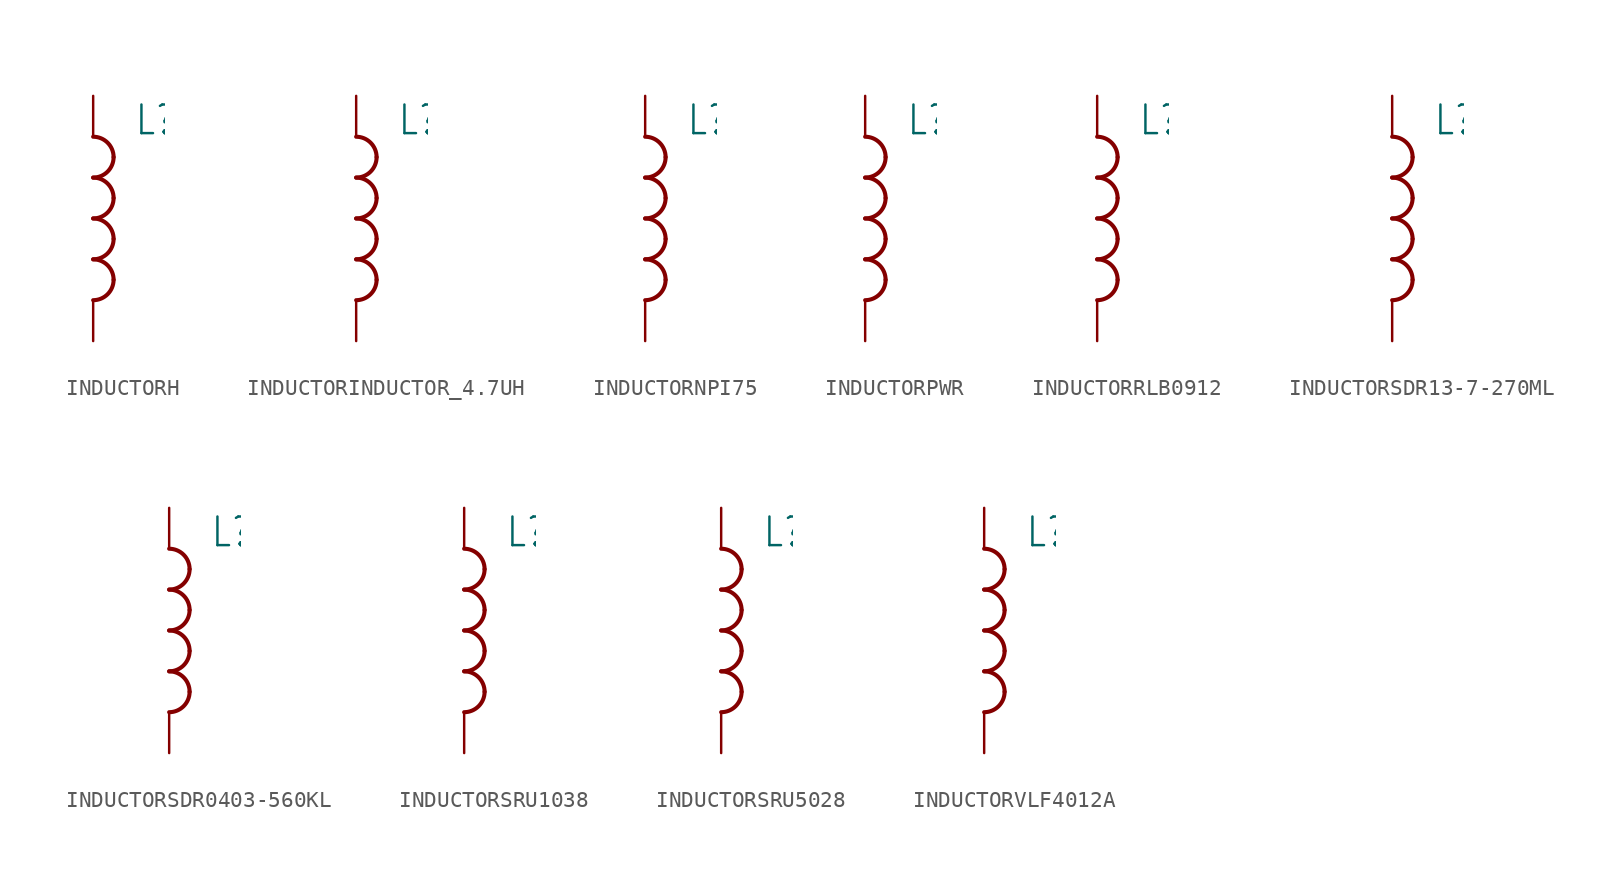
<source format=kicad_sym>
(kicad_symbol_lib
  (version 20220914)
  (generator kicad_symbol_editor)
  (symbol "INDUCTORH"
    (property "Reference" "L"
      (at 2.54 5.08 0)
      (effects (font (size 1.778 1.511)) (justify left bottom)))
    (property "Value" ""
      (at 2.54 -5.08 0)
      (effects (font (size 1.778 1.511)) (justify left bottom)))
    (property "ki_locked" ""
      (at 0 0 0)
      (effects (font (size 1.27 1.27))))
    (symbol "INDUCTORH_1_0"
      (arc (start 0 -5.08) (mid 0.898 -4.708) (end 1.27 -3.81) (stroke (width 0.254) (type solid)) (fill (type none)))
      (arc (start 0 -2.54) (mid 0.898 -2.168) (end 1.27 -1.27) (stroke (width 0.254) (type solid)) (fill (type none)))
      (arc (start 0 0) (mid 0.898 0.372) (end 1.27 1.27) (stroke (width 0.254) (type solid)) (fill (type none)))
      (arc (start 0 2.54) (mid 0.898 2.912) (end 1.27 3.81) (stroke (width 0.254) (type solid)) (fill (type none)))
      (arc (start 1.27 -3.81) (mid 0.898 -2.912) (end 0 -2.54) (stroke (width 0.254) (type solid)) (fill (type none)))
      (arc (start 1.27 -1.27) (mid 0.898 -0.372) (end 0 0) (stroke (width 0.254) (type solid)) (fill (type none)))
      (arc (start 1.27 1.27) (mid 0.898 2.168) (end 0 2.54) (stroke (width 0.254) (type solid)) (fill (type none)))
      (arc (start 1.27 3.81) (mid 0.898 4.708) (end 0 5.08) (stroke (width 0.254) (type solid)) (fill (type none)))
      (pin passive line (at 0 7.62 270) (length 2.54) (name "1" (effects (font (size 0 0)))) (number "P$1" (effects (font (size 0 0)))))
      (pin passive line (at 0 -7.62 90) (length 2.54) (name "2" (effects (font (size 0 0)))) (number "P$2" (effects (font (size 0 0)))))))
  (symbol "INDUCTORINDUCTOR_4.7UH"
    (property "Reference" "L"
      (at 2.54 5.08 0)
      (effects (font (size 1.778 1.511)) (justify left bottom)))
    (property "Value" ""
      (at 2.54 -5.08 0)
      (effects (font (size 1.778 1.511)) (justify left bottom)))
    (property "ki_locked" ""
      (at 0 0 0)
      (effects (font (size 1.27 1.27))))
    (symbol "INDUCTORINDUCTOR_4.7UH_1_0"
      (arc (start 0 -5.08) (mid 0.898 -4.708) (end 1.27 -3.81) (stroke (width 0.254) (type solid)) (fill (type none)))
      (arc (start 0 -2.54) (mid 0.898 -2.168) (end 1.27 -1.27) (stroke (width 0.254) (type solid)) (fill (type none)))
      (arc (start 0 0) (mid 0.898 0.372) (end 1.27 1.27) (stroke (width 0.254) (type solid)) (fill (type none)))
      (arc (start 0 2.54) (mid 0.898 2.912) (end 1.27 3.81) (stroke (width 0.254) (type solid)) (fill (type none)))
      (arc (start 1.27 -3.81) (mid 0.898 -2.912) (end 0 -2.54) (stroke (width 0.254) (type solid)) (fill (type none)))
      (arc (start 1.27 -1.27) (mid 0.898 -0.372) (end 0 0) (stroke (width 0.254) (type solid)) (fill (type none)))
      (arc (start 1.27 1.27) (mid 0.898 2.168) (end 0 2.54) (stroke (width 0.254) (type solid)) (fill (type none)))
      (arc (start 1.27 3.81) (mid 0.898 4.708) (end 0 5.08) (stroke (width 0.254) (type solid)) (fill (type none)))
      (pin passive line (at 0 7.62 270) (length 2.54) (name "1" (effects (font (size 0 0)))) (number "P$1" (effects (font (size 0 0)))))
      (pin passive line (at 0 -7.62 90) (length 2.54) (name "2" (effects (font (size 0 0)))) (number "P$2" (effects (font (size 0 0)))))))
  (symbol "INDUCTORNPI75"
    (property "Reference" "L"
      (at 2.54 5.08 0)
      (effects (font (size 1.778 1.511)) (justify left bottom)))
    (property "Value" ""
      (at 2.54 -5.08 0)
      (effects (font (size 1.778 1.511)) (justify left bottom)))
    (property "ki_locked" ""
      (at 0 0 0)
      (effects (font (size 1.27 1.27))))
    (symbol "INDUCTORNPI75_1_0"
      (arc (start 0 -5.08) (mid 0.898 -4.708) (end 1.27 -3.81) (stroke (width 0.254) (type solid)) (fill (type none)))
      (arc (start 0 -2.54) (mid 0.898 -2.168) (end 1.27 -1.27) (stroke (width 0.254) (type solid)) (fill (type none)))
      (arc (start 0 0) (mid 0.898 0.372) (end 1.27 1.27) (stroke (width 0.254) (type solid)) (fill (type none)))
      (arc (start 0 2.54) (mid 0.898 2.912) (end 1.27 3.81) (stroke (width 0.254) (type solid)) (fill (type none)))
      (arc (start 1.27 -3.81) (mid 0.898 -2.912) (end 0 -2.54) (stroke (width 0.254) (type solid)) (fill (type none)))
      (arc (start 1.27 -1.27) (mid 0.898 -0.372) (end 0 0) (stroke (width 0.254) (type solid)) (fill (type none)))
      (arc (start 1.27 1.27) (mid 0.898 2.168) (end 0 2.54) (stroke (width 0.254) (type solid)) (fill (type none)))
      (arc (start 1.27 3.81) (mid 0.898 4.708) (end 0 5.08) (stroke (width 0.254) (type solid)) (fill (type none)))
      (pin passive line (at 0 7.62 270) (length 2.54) (name "1" (effects (font (size 0 0)))) (number "1" (effects (font (size 0 0)))))
      (pin passive line (at 0 -7.62 90) (length 2.54) (name "2" (effects (font (size 0 0)))) (number "2" (effects (font (size 0 0)))))))
  (symbol "INDUCTORPWR"
    (property "Reference" "L"
      (at 2.54 5.08 0)
      (effects (font (size 1.778 1.511)) (justify left bottom)))
    (property "Value" ""
      (at 2.54 -5.08 0)
      (effects (font (size 1.778 1.511)) (justify left bottom)))
    (property "ki_locked" ""
      (at 0 0 0)
      (effects (font (size 1.27 1.27))))
    (symbol "INDUCTORPWR_1_0"
      (arc (start 0 -5.08) (mid 0.898 -4.708) (end 1.27 -3.81) (stroke (width 0.254) (type solid)) (fill (type none)))
      (arc (start 0 -2.54) (mid 0.898 -2.168) (end 1.27 -1.27) (stroke (width 0.254) (type solid)) (fill (type none)))
      (arc (start 0 0) (mid 0.898 0.372) (end 1.27 1.27) (stroke (width 0.254) (type solid)) (fill (type none)))
      (arc (start 0 2.54) (mid 0.898 2.912) (end 1.27 3.81) (stroke (width 0.254) (type solid)) (fill (type none)))
      (arc (start 1.27 -3.81) (mid 0.898 -2.912) (end 0 -2.54) (stroke (width 0.254) (type solid)) (fill (type none)))
      (arc (start 1.27 -1.27) (mid 0.898 -0.372) (end 0 0) (stroke (width 0.254) (type solid)) (fill (type none)))
      (arc (start 1.27 1.27) (mid 0.898 2.168) (end 0 2.54) (stroke (width 0.254) (type solid)) (fill (type none)))
      (arc (start 1.27 3.81) (mid 0.898 4.708) (end 0 5.08) (stroke (width 0.254) (type solid)) (fill (type none)))
      (pin passive line (at 0 7.62 270) (length 2.54) (name "1" (effects (font (size 0 0)))) (number "1" (effects (font (size 0 0)))))
      (pin passive line (at 0 -7.62 90) (length 2.54) (name "2" (effects (font (size 0 0)))) (number "2" (effects (font (size 0 0)))))))
  (symbol "INDUCTORRLB0912"
    (property "Reference" "L"
      (at 2.54 5.08 0)
      (effects (font (size 1.778 1.511)) (justify left bottom)))
    (property "Value" ""
      (at 2.54 -5.08 0)
      (effects (font (size 1.778 1.511)) (justify left bottom)))
    (property "ki_locked" ""
      (at 0 0 0)
      (effects (font (size 1.27 1.27))))
    (symbol "INDUCTORRLB0912_1_0"
      (arc (start 0 -5.08) (mid 0.898 -4.708) (end 1.27 -3.81) (stroke (width 0.254) (type solid)) (fill (type none)))
      (arc (start 0 -2.54) (mid 0.898 -2.168) (end 1.27 -1.27) (stroke (width 0.254) (type solid)) (fill (type none)))
      (arc (start 0 0) (mid 0.898 0.372) (end 1.27 1.27) (stroke (width 0.254) (type solid)) (fill (type none)))
      (arc (start 0 2.54) (mid 0.898 2.912) (end 1.27 3.81) (stroke (width 0.254) (type solid)) (fill (type none)))
      (arc (start 1.27 -3.81) (mid 0.898 -2.912) (end 0 -2.54) (stroke (width 0.254) (type solid)) (fill (type none)))
      (arc (start 1.27 -1.27) (mid 0.898 -0.372) (end 0 0) (stroke (width 0.254) (type solid)) (fill (type none)))
      (arc (start 1.27 1.27) (mid 0.898 2.168) (end 0 2.54) (stroke (width 0.254) (type solid)) (fill (type none)))
      (arc (start 1.27 3.81) (mid 0.898 4.708) (end 0 5.08) (stroke (width 0.254) (type solid)) (fill (type none)))
      (pin passive line (at 0 7.62 270) (length 2.54) (name "1" (effects (font (size 0 0)))) (number "1" (effects (font (size 0 0)))))
      (pin passive line (at 0 -7.62 90) (length 2.54) (name "2" (effects (font (size 0 0)))) (number "2" (effects (font (size 0 0)))))))
  (symbol "INDUCTORSDR13-7-270ML"
    (property "Reference" "L"
      (at 2.54 5.08 0)
      (effects (font (size 1.778 1.511)) (justify left bottom)))
    (property "Value" ""
      (at 2.54 -5.08 0)
      (effects (font (size 1.778 1.511)) (justify left bottom)))
    (property "ki_locked" ""
      (at 0 0 0)
      (effects (font (size 1.27 1.27))))
    (symbol "INDUCTORSDR13-7-270ML_1_0"
      (arc (start 0 -5.08) (mid 0.898 -4.708) (end 1.27 -3.81) (stroke (width 0.254) (type solid)) (fill (type none)))
      (arc (start 0 -2.54) (mid 0.898 -2.168) (end 1.27 -1.27) (stroke (width 0.254) (type solid)) (fill (type none)))
      (arc (start 0 0) (mid 0.898 0.372) (end 1.27 1.27) (stroke (width 0.254) (type solid)) (fill (type none)))
      (arc (start 0 2.54) (mid 0.898 2.912) (end 1.27 3.81) (stroke (width 0.254) (type solid)) (fill (type none)))
      (arc (start 1.27 -3.81) (mid 0.898 -2.912) (end 0 -2.54) (stroke (width 0.254) (type solid)) (fill (type none)))
      (arc (start 1.27 -1.27) (mid 0.898 -0.372) (end 0 0) (stroke (width 0.254) (type solid)) (fill (type none)))
      (arc (start 1.27 1.27) (mid 0.898 2.168) (end 0 2.54) (stroke (width 0.254) (type solid)) (fill (type none)))
      (arc (start 1.27 3.81) (mid 0.898 4.708) (end 0 5.08) (stroke (width 0.254) (type solid)) (fill (type none)))
      (pin passive line (at 0 7.62 270) (length 2.54) (name "1" (effects (font (size 0 0)))) (number "P$1" (effects (font (size 0 0)))))
      (pin passive line (at 0 -7.62 90) (length 2.54) (name "2" (effects (font (size 0 0)))) (number "P$2" (effects (font (size 0 0)))))))
  (symbol "INDUCTORSDR0403-560KL"
    (property "Reference" "L"
      (at 2.54 5.08 0)
      (effects (font (size 1.778 1.511)) (justify left bottom)))
    (property "Value" ""
      (at 2.54 -5.08 0)
      (effects (font (size 1.778 1.511)) (justify left bottom)))
    (property "ki_locked" ""
      (at 0 0 0)
      (effects (font (size 1.27 1.27))))
    (symbol "INDUCTORSDR0403-560KL_1_0"
      (arc (start 0 -5.08) (mid 0.898 -4.708) (end 1.27 -3.81) (stroke (width 0.254) (type solid)) (fill (type none)))
      (arc (start 0 -2.54) (mid 0.898 -2.168) (end 1.27 -1.27) (stroke (width 0.254) (type solid)) (fill (type none)))
      (arc (start 0 0) (mid 0.898 0.372) (end 1.27 1.27) (stroke (width 0.254) (type solid)) (fill (type none)))
      (arc (start 0 2.54) (mid 0.898 2.912) (end 1.27 3.81) (stroke (width 0.254) (type solid)) (fill (type none)))
      (arc (start 1.27 -3.81) (mid 0.898 -2.912) (end 0 -2.54) (stroke (width 0.254) (type solid)) (fill (type none)))
      (arc (start 1.27 -1.27) (mid 0.898 -0.372) (end 0 0) (stroke (width 0.254) (type solid)) (fill (type none)))
      (arc (start 1.27 1.27) (mid 0.898 2.168) (end 0 2.54) (stroke (width 0.254) (type solid)) (fill (type none)))
      (arc (start 1.27 3.81) (mid 0.898 4.708) (end 0 5.08) (stroke (width 0.254) (type solid)) (fill (type none)))
      (pin passive line (at 0 7.62 270) (length 2.54) (name "1" (effects (font (size 0 0)))) (number "P$1" (effects (font (size 0 0)))))
      (pin passive line (at 0 -7.62 90) (length 2.54) (name "2" (effects (font (size 0 0)))) (number "P$2" (effects (font (size 0 0)))))))
  (symbol "INDUCTORSRU1038"
    (property "Reference" "L"
      (at 2.54 5.08 0)
      (effects (font (size 1.778 1.511)) (justify left bottom)))
    (property "Value" ""
      (at 2.54 -5.08 0)
      (effects (font (size 1.778 1.511)) (justify left bottom)))
    (property "ki_locked" ""
      (at 0 0 0)
      (effects (font (size 1.27 1.27))))
    (symbol "INDUCTORSRU1038_1_0"
      (arc (start 0 -5.08) (mid 0.898 -4.708) (end 1.27 -3.81) (stroke (width 0.254) (type solid)) (fill (type none)))
      (arc (start 0 -2.54) (mid 0.898 -2.168) (end 1.27 -1.27) (stroke (width 0.254) (type solid)) (fill (type none)))
      (arc (start 0 0) (mid 0.898 0.372) (end 1.27 1.27) (stroke (width 0.254) (type solid)) (fill (type none)))
      (arc (start 0 2.54) (mid 0.898 2.912) (end 1.27 3.81) (stroke (width 0.254) (type solid)) (fill (type none)))
      (arc (start 1.27 -3.81) (mid 0.898 -2.912) (end 0 -2.54) (stroke (width 0.254) (type solid)) (fill (type none)))
      (arc (start 1.27 -1.27) (mid 0.898 -0.372) (end 0 0) (stroke (width 0.254) (type solid)) (fill (type none)))
      (arc (start 1.27 1.27) (mid 0.898 2.168) (end 0 2.54) (stroke (width 0.254) (type solid)) (fill (type none)))
      (arc (start 1.27 3.81) (mid 0.898 4.708) (end 0 5.08) (stroke (width 0.254) (type solid)) (fill (type none)))
      (pin passive line (at 0 7.62 270) (length 2.54) (name "1" (effects (font (size 0 0)))) (number "1" (effects (font (size 0 0)))))
      (pin passive line (at 0 -7.62 90) (length 2.54) (name "2" (effects (font (size 0 0)))) (number "2" (effects (font (size 0 0)))))))
  (symbol "INDUCTORSRU5028"
    (property "Reference" "L"
      (at 2.54 5.08 0)
      (effects (font (size 1.778 1.511)) (justify left bottom)))
    (property "Value" ""
      (at 2.54 -5.08 0)
      (effects (font (size 1.778 1.511)) (justify left bottom)))
    (property "ki_locked" ""
      (at 0 0 0)
      (effects (font (size 1.27 1.27))))
    (symbol "INDUCTORSRU5028_1_0"
      (arc (start 0 -5.08) (mid 0.898 -4.708) (end 1.27 -3.81) (stroke (width 0.254) (type solid)) (fill (type none)))
      (arc (start 0 -2.54) (mid 0.898 -2.168) (end 1.27 -1.27) (stroke (width 0.254) (type solid)) (fill (type none)))
      (arc (start 0 0) (mid 0.898 0.372) (end 1.27 1.27) (stroke (width 0.254) (type solid)) (fill (type none)))
      (arc (start 0 2.54) (mid 0.898 2.912) (end 1.27 3.81) (stroke (width 0.254) (type solid)) (fill (type none)))
      (arc (start 1.27 -3.81) (mid 0.898 -2.912) (end 0 -2.54) (stroke (width 0.254) (type solid)) (fill (type none)))
      (arc (start 1.27 -1.27) (mid 0.898 -0.372) (end 0 0) (stroke (width 0.254) (type solid)) (fill (type none)))
      (arc (start 1.27 1.27) (mid 0.898 2.168) (end 0 2.54) (stroke (width 0.254) (type solid)) (fill (type none)))
      (arc (start 1.27 3.81) (mid 0.898 4.708) (end 0 5.08) (stroke (width 0.254) (type solid)) (fill (type none)))
      (pin passive line (at 0 7.62 270) (length 2.54) (name "1" (effects (font (size 0 0)))) (number "1" (effects (font (size 0 0)))))
      (pin passive line (at 0 -7.62 90) (length 2.54) (name "2" (effects (font (size 0 0)))) (number "2" (effects (font (size 0 0)))))))
  (symbol "INDUCTORVLF4012A"
    (property "Reference" "L"
      (at 2.54 5.08 0)
      (effects (font (size 1.778 1.511)) (justify left bottom)))
    (property "Value" ""
      (at 2.54 -5.08 0)
      (effects (font (size 1.778 1.511)) (justify left bottom)))
    (property "ki_locked" ""
      (at 0 0 0)
      (effects (font (size 1.27 1.27))))
    (symbol "INDUCTORVLF4012A_1_0"
      (arc (start 0 -5.08) (mid 0.898 -4.708) (end 1.27 -3.81) (stroke (width 0.254) (type solid)) (fill (type none)))
      (arc (start 0 -2.54) (mid 0.898 -2.168) (end 1.27 -1.27) (stroke (width 0.254) (type solid)) (fill (type none)))
      (arc (start 0 0) (mid 0.898 0.372) (end 1.27 1.27) (stroke (width 0.254) (type solid)) (fill (type none)))
      (arc (start 0 2.54) (mid 0.898 2.912) (end 1.27 3.81) (stroke (width 0.254) (type solid)) (fill (type none)))
      (arc (start 1.27 -3.81) (mid 0.898 -2.912) (end 0 -2.54) (stroke (width 0.254) (type solid)) (fill (type none)))
      (arc (start 1.27 -1.27) (mid 0.898 -0.372) (end 0 0) (stroke (width 0.254) (type solid)) (fill (type none)))
      (arc (start 1.27 1.27) (mid 0.898 2.168) (end 0 2.54) (stroke (width 0.254) (type solid)) (fill (type none)))
      (arc (start 1.27 3.81) (mid 0.898 4.708) (end 0 5.08) (stroke (width 0.254) (type solid)) (fill (type none)))
      (pin passive line (at 0 7.62 270) (length 2.54) (name "1" (effects (font (size 0 0)))) (number "P$1" (effects (font (size 0 0)))))
      (pin passive line (at 0 -7.62 90) (length 2.54) (name "2" (effects (font (size 0 0)))) (number "P$2" (effects (font (size 0 0))))))))
</source>
